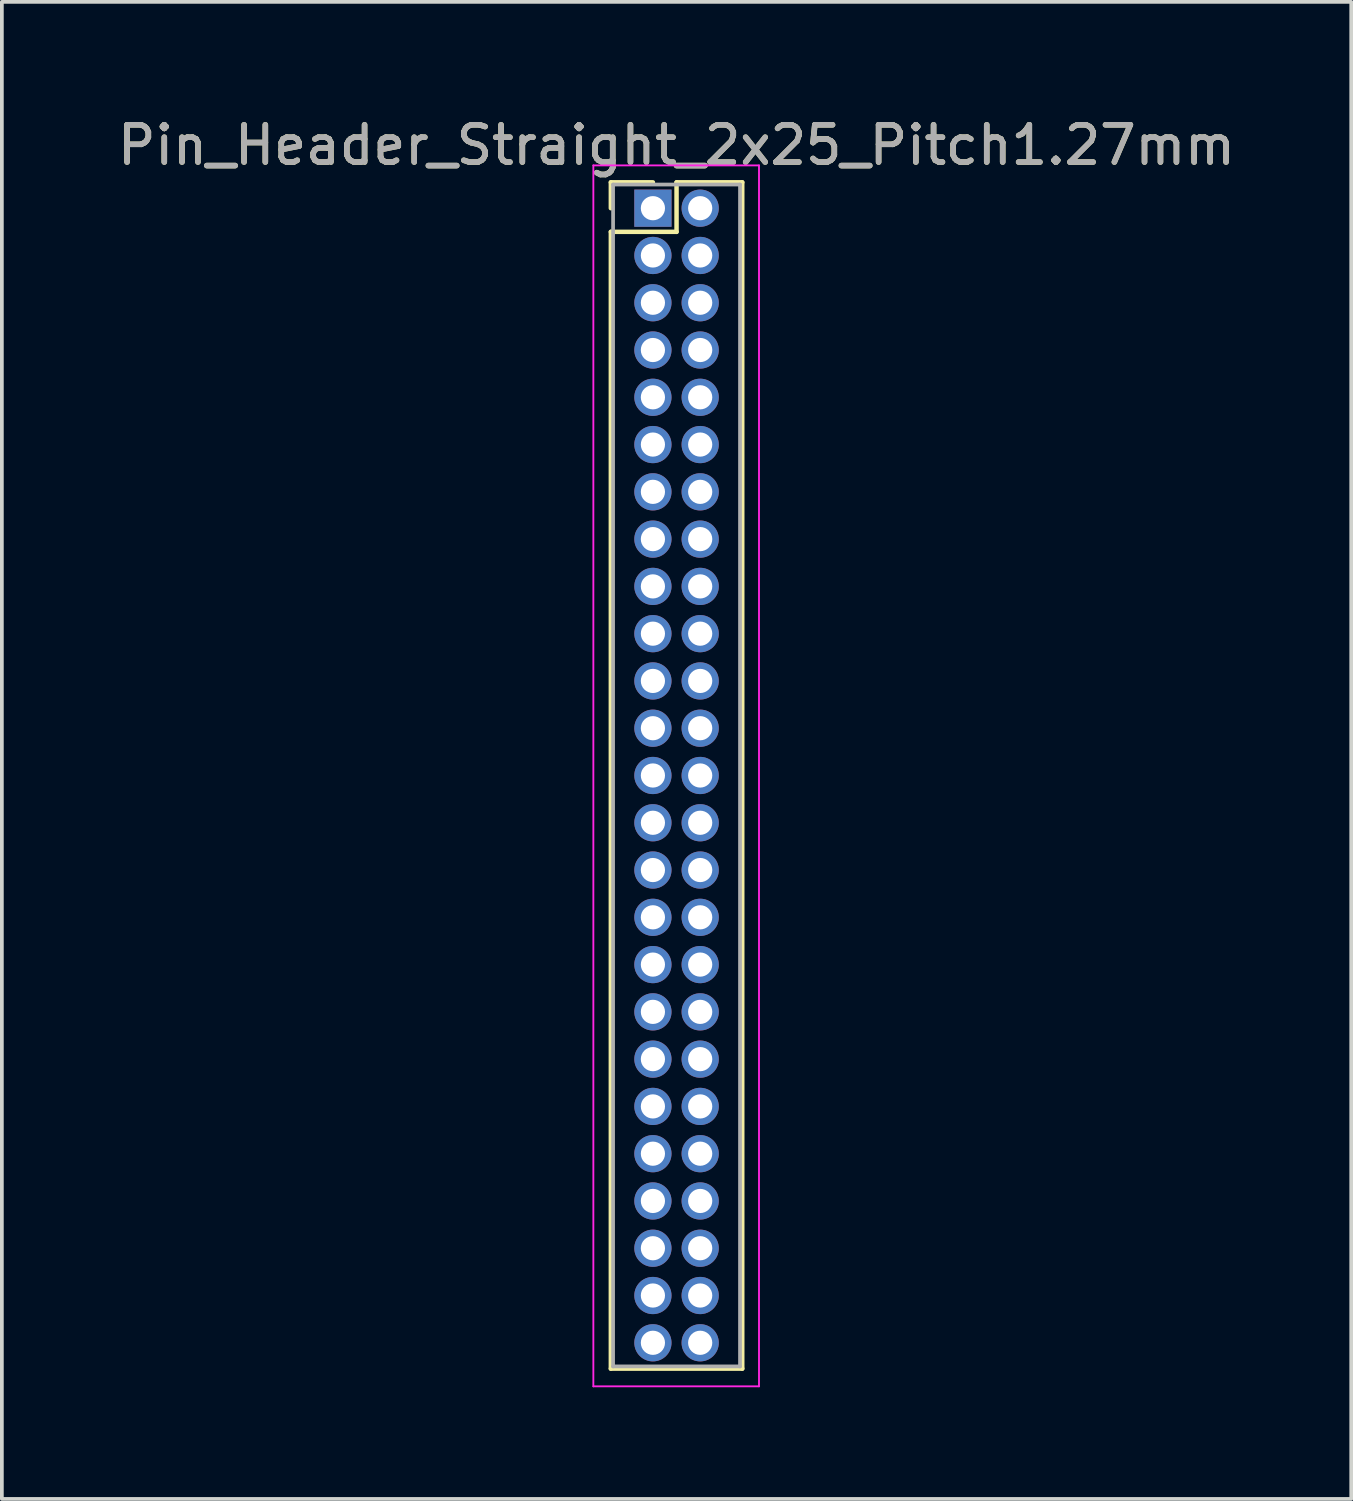
<source format=kicad_pcb>
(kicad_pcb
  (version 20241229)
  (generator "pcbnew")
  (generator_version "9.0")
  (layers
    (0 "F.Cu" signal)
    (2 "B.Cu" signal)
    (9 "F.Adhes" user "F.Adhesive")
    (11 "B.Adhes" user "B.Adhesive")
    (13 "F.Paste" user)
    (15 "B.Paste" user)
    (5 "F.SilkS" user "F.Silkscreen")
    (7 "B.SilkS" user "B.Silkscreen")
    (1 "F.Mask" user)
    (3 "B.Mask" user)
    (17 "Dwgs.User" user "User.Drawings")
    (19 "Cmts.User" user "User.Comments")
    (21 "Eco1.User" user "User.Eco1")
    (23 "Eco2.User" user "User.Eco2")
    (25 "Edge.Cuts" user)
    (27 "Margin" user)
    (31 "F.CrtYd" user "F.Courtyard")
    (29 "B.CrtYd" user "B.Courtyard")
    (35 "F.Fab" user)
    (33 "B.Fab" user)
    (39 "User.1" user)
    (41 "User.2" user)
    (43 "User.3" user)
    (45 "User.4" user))
  (footprint "Pin_Header_Straight_2x25_Pitch1.27mm"
    (layer "F.Cu")
    (at 14.49 2.543)
    (property "Reference" "Pin_Header_Straight_2x25_Pitch1.27mm" (at 0.635 -1.695 0) (layer "F.SilkS") (effects (font (size 1 1) (thickness 0.15))))
    (attr through_hole)
    (fp_line (start -1.13 -0.695) (end 0 -0.695) (stroke (width 0.12) (type solid)) (layer "F.SilkS"))
    (fp_line (start -1.13 0) (end -1.13 -0.695) (stroke (width 0.12) (type solid)) (layer "F.SilkS"))
    (fp_line (start -1.13 0.635) (end -1.13 31.175) (stroke (width 0.12) (type solid)) (layer "F.SilkS"))
    (fp_line (start -1.13 31.175) (end 2.4 31.175) (stroke (width 0.12) (type solid)) (layer "F.SilkS"))
    (fp_line (start 0.635 -0.695) (end 0.635 0.635) (stroke (width 0.12) (type solid)) (layer "F.SilkS"))
    (fp_line (start 0.635 0.635) (end -1.13 0.635) (stroke (width 0.12) (type solid)) (layer "F.SilkS"))
    (fp_line (start 2.4 -0.695) (end 0.635 -0.695) (stroke (width 0.12) (type solid)) (layer "F.SilkS"))
    (fp_line (start 2.4 31.175) (end 2.4 -0.695) (stroke (width 0.12) (type solid)) (layer "F.SilkS"))
    (fp_line (start -1.6 -1.15) (end -1.6 31.65) (stroke (width 0.05) (type solid)) (layer "F.CrtYd"))
    (fp_line (start -1.6 31.65) (end 2.85 31.65) (stroke (width 0.05) (type solid)) (layer "F.CrtYd"))
    (fp_line (start 2.85 -1.15) (end -1.6 -1.15) (stroke (width 0.05) (type solid)) (layer "F.CrtYd"))
    (fp_line (start 2.85 31.65) (end 2.85 -1.15) (stroke (width 0.05) (type solid)) (layer "F.CrtYd"))
    (fp_line (start -1.07 -0.635) (end -1.07 31.115) (stroke (width 0.1) (type solid)) (layer "F.Fab"))
    (fp_line (start -1.07 31.115) (end 2.34 31.115) (stroke (width 0.1) (type solid)) (layer "F.Fab"))
    (fp_line (start 2.34 -0.635) (end -1.07 -0.635) (stroke (width 0.1) (type solid)) (layer "F.Fab"))
    (fp_line (start 2.34 31.115) (end 2.34 -0.635) (stroke (width 0.1) (type solid)) (layer "F.Fab"))
    (fp_text user "${REFERENCE}" (at 0.635 -1.695 0) (layer "F.Fab") (effects (font (size 1 1) (thickness 0.15))))
    (pad "1" thru_hole rect (at 0 0) (size 1 1) (drill 0.65) (layers "*.Cu" "*.Mask"))
    (pad "2" thru_hole oval (at 1.27 0) (size 1 1) (drill 0.65) (layers "*.Cu" "*.Mask"))
    (pad "3" thru_hole oval (at 0 1.27) (size 1 1) (drill 0.65) (layers "*.Cu" "*.Mask"))
    (pad "4" thru_hole oval (at 1.27 1.27) (size 1 1) (drill 0.65) (layers "*.Cu" "*.Mask"))
    (pad "5" thru_hole oval (at 0 2.54) (size 1 1) (drill 0.65) (layers "*.Cu" "*.Mask"))
    (pad "6" thru_hole oval (at 1.27 2.54) (size 1 1) (drill 0.65) (layers "*.Cu" "*.Mask"))
    (pad "7" thru_hole oval (at 0 3.81) (size 1 1) (drill 0.65) (layers "*.Cu" "*.Mask"))
    (pad "8" thru_hole oval (at 1.27 3.81) (size 1 1) (drill 0.65) (layers "*.Cu" "*.Mask"))
    (pad "9" thru_hole oval (at 0 5.08) (size 1 1) (drill 0.65) (layers "*.Cu" "*.Mask"))
    (pad "10" thru_hole oval (at 1.27 5.08) (size 1 1) (drill 0.65) (layers "*.Cu" "*.Mask"))
    (pad "11" thru_hole oval (at 0 6.35) (size 1 1) (drill 0.65) (layers "*.Cu" "*.Mask"))
    (pad "12" thru_hole oval (at 1.27 6.35) (size 1 1) (drill 0.65) (layers "*.Cu" "*.Mask"))
    (pad "13" thru_hole oval (at 0 7.62) (size 1 1) (drill 0.65) (layers "*.Cu" "*.Mask"))
    (pad "14" thru_hole oval (at 1.27 7.62) (size 1 1) (drill 0.65) (layers "*.Cu" "*.Mask"))
    (pad "15" thru_hole oval (at 0 8.89) (size 1 1) (drill 0.65) (layers "*.Cu" "*.Mask"))
    (pad "16" thru_hole oval (at 1.27 8.89) (size 1 1) (drill 0.65) (layers "*.Cu" "*.Mask"))
    (pad "17" thru_hole oval (at 0 10.16) (size 1 1) (drill 0.65) (layers "*.Cu" "*.Mask"))
    (pad "18" thru_hole oval (at 1.27 10.16) (size 1 1) (drill 0.65) (layers "*.Cu" "*.Mask"))
    (pad "19" thru_hole oval (at 0 11.43) (size 1 1) (drill 0.65) (layers "*.Cu" "*.Mask"))
    (pad "20" thru_hole oval (at 1.27 11.43) (size 1 1) (drill 0.65) (layers "*.Cu" "*.Mask"))
    (pad "21" thru_hole oval (at 0 12.7) (size 1 1) (drill 0.65) (layers "*.Cu" "*.Mask"))
    (pad "22" thru_hole oval (at 1.27 12.7) (size 1 1) (drill 0.65) (layers "*.Cu" "*.Mask"))
    (pad "23" thru_hole oval (at 0 13.97) (size 1 1) (drill 0.65) (layers "*.Cu" "*.Mask"))
    (pad "24" thru_hole oval (at 1.27 13.97) (size 1 1) (drill 0.65) (layers "*.Cu" "*.Mask"))
    (pad "25" thru_hole oval (at 0 15.24) (size 1 1) (drill 0.65) (layers "*.Cu" "*.Mask"))
    (pad "26" thru_hole oval (at 1.27 15.24) (size 1 1) (drill 0.65) (layers "*.Cu" "*.Mask"))
    (pad "27" thru_hole oval (at 0 16.51) (size 1 1) (drill 0.65) (layers "*.Cu" "*.Mask"))
    (pad "28" thru_hole oval (at 1.27 16.51) (size 1 1) (drill 0.65) (layers "*.Cu" "*.Mask"))
    (pad "29" thru_hole oval (at 0 17.78) (size 1 1) (drill 0.65) (layers "*.Cu" "*.Mask"))
    (pad "30" thru_hole oval (at 1.27 17.78) (size 1 1) (drill 0.65) (layers "*.Cu" "*.Mask"))
    (pad "31" thru_hole oval (at 0 19.05) (size 1 1) (drill 0.65) (layers "*.Cu" "*.Mask"))
    (pad "32" thru_hole oval (at 1.27 19.05) (size 1 1) (drill 0.65) (layers "*.Cu" "*.Mask"))
    (pad "33" thru_hole oval (at 0 20.32) (size 1 1) (drill 0.65) (layers "*.Cu" "*.Mask"))
    (pad "34" thru_hole oval (at 1.27 20.32) (size 1 1) (drill 0.65) (layers "*.Cu" "*.Mask"))
    (pad "35" thru_hole oval (at 0 21.59) (size 1 1) (drill 0.65) (layers "*.Cu" "*.Mask"))
    (pad "36" thru_hole oval (at 1.27 21.59) (size 1 1) (drill 0.65) (layers "*.Cu" "*.Mask"))
    (pad "37" thru_hole oval (at 0 22.86) (size 1 1) (drill 0.65) (layers "*.Cu" "*.Mask"))
    (pad "38" thru_hole oval (at 1.27 22.86) (size 1 1) (drill 0.65) (layers "*.Cu" "*.Mask"))
    (pad "39" thru_hole oval (at 0 24.13) (size 1 1) (drill 0.65) (layers "*.Cu" "*.Mask"))
    (pad "40" thru_hole oval (at 1.27 24.13) (size 1 1) (drill 0.65) (layers "*.Cu" "*.Mask"))
    (pad "41" thru_hole oval (at 0 25.4) (size 1 1) (drill 0.65) (layers "*.Cu" "*.Mask"))
    (pad "42" thru_hole oval (at 1.27 25.4) (size 1 1) (drill 0.65) (layers "*.Cu" "*.Mask"))
    (pad "43" thru_hole oval (at 0 26.67) (size 1 1) (drill 0.65) (layers "*.Cu" "*.Mask"))
    (pad "44" thru_hole oval (at 1.27 26.67) (size 1 1) (drill 0.65) (layers "*.Cu" "*.Mask"))
    (pad "45" thru_hole oval (at 0 27.94) (size 1 1) (drill 0.65) (layers "*.Cu" "*.Mask"))
    (pad "46" thru_hole oval (at 1.27 27.94) (size 1 1) (drill 0.65) (layers "*.Cu" "*.Mask"))
    (pad "47" thru_hole oval (at 0 29.21) (size 1 1) (drill 0.65) (layers "*.Cu" "*.Mask"))
    (pad "48" thru_hole oval (at 1.27 29.21) (size 1 1) (drill 0.65) (layers "*.Cu" "*.Mask"))
    (pad "49" thru_hole oval (at 0 30.48) (size 1 1) (drill 0.65) (layers "*.Cu" "*.Mask"))
    (pad "50" thru_hole oval (at 1.27 30.48) (size 1 1) (drill 0.65) (layers "*.Cu" "*.Mask")))
  (gr_rect
    (start -3 -3)
    (end 33.25 37.218)
    (stroke (width 0.1) (type default))
    (fill no)
    (layer "Edge.Cuts")))
</source>
